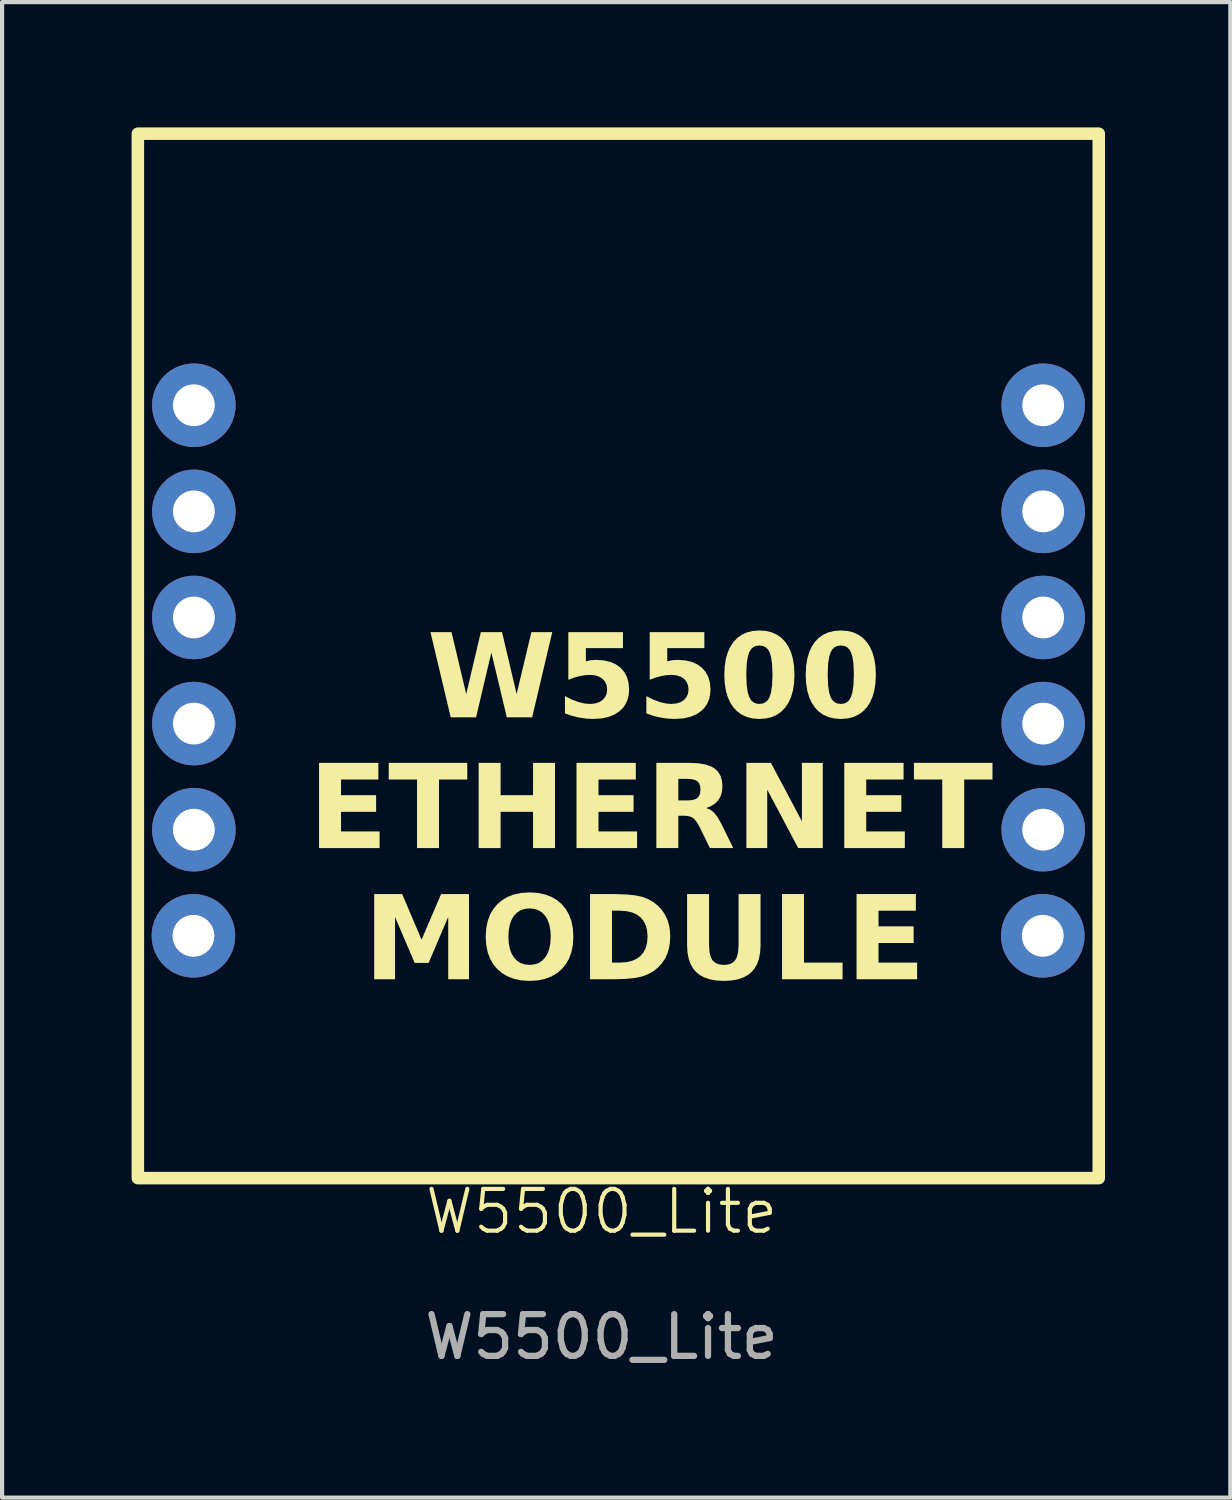
<source format=kicad_pcb>
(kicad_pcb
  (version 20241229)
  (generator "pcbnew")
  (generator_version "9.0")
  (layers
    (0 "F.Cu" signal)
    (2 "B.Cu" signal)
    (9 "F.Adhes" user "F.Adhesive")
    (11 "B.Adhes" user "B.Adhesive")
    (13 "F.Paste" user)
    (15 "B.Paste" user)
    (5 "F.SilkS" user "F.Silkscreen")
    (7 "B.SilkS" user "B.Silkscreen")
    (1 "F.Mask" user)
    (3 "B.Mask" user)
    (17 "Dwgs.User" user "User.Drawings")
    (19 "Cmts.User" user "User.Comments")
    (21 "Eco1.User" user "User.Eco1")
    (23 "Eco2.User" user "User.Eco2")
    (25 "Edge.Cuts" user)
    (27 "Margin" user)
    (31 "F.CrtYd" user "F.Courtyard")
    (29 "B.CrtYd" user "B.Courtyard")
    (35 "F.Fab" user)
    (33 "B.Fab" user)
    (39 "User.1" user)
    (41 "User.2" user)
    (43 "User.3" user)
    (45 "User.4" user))
  (footprint "W5500_Lite"
    (layer "F.Cu")
    (at 0.25 25.15)
    (property "Reference" "W5500_Lite" (at 11.1 0.8 0) (unlocked yes) (layer "F.SilkS") (effects (font (size 1 1) (thickness 0.1))))
    (attr through_hole)
    (fp_rect (start 0 -25) (end 23 0) (stroke (width 0.3) (type default)) (fill no) (layer "F.SilkS"))
    (fp_text user "W5500" (at 6.92 -10.69 0) (unlocked yes) (layer "F.SilkS") (effects (font (face "Arial") (size 2 2) (thickness 0.2) (bold yes)) (justify left bottom)))
    (fp_text user "ETHERNET" (at 4.08 -7.56 0) (unlocked yes) (layer "F.SilkS") (effects (font (face "Arial") (size 2 2) (thickness 0.2) (bold yes)) (justify left bottom)))
    (fp_text user "MODULE" (at 5.4 -4.42 0) (unlocked yes) (layer "F.SilkS") (effects (font (face "Arial") (size 2 2) (thickness 0.2) (bold yes)) (justify left bottom)))
    (fp_text user "${REFERENCE}" (at 11.1 3.8 0) (unlocked yes) (layer "F.Fab") (effects (font (size 1 1) (thickness 0.15))))
    (pad "1" thru_hole circle (at 1.34 -18.5) (size 2 2) (drill 1) (layers "*.Cu" "*.Mask"))
    (pad "2" thru_hole circle (at 1.34 -15.96) (size 2 2) (drill 1) (layers "*.Cu" "*.Mask"))
    (pad "3" thru_hole circle (at 1.34 -13.42) (size 2 2) (drill 1) (layers "*.Cu" "*.Mask"))
    (pad "4" thru_hole circle (at 1.34 -10.88) (size 2 2) (drill 1) (layers "*.Cu" "*.Mask"))
    (pad "5" thru_hole circle (at 1.34 -8.34) (size 2 2) (drill 1) (layers "*.Cu" "*.Mask"))
    (pad "6" thru_hole circle (at 1.33 -5.8) (size 2 2) (drill 1) (layers "*.Cu" "*.Mask"))
    (pad "7" thru_hole circle (at 21.66 -5.8) (size 2 2) (drill 1) (layers "*.Cu" "*.Mask"))
    (pad "8" thru_hole circle (at 21.67 -8.34) (size 2 2) (drill 1) (layers "*.Cu" "*.Mask"))
    (pad "9" thru_hole circle (at 21.67 -10.88) (size 2 2) (drill 1) (layers "*.Cu" "*.Mask"))
    (pad "10" thru_hole circle (at 21.67 -13.42) (size 2 2) (drill 1) (layers "*.Cu" "*.Mask"))
    (pad "11" thru_hole circle (at 21.67 -15.96) (size 2 2) (drill 1) (layers "*.Cu" "*.Mask"))
    (pad "12" thru_hole circle (at 21.67 -18.5) (size 2 2) (drill 1) (layers "*.Cu" "*.Mask")))
  (gr_rect
    (start -3 -3)
    (end 26.4 32.798)
    (stroke (width 0.1) (type default))
    (fill no)
    (layer "Edge.Cuts")))
</source>
